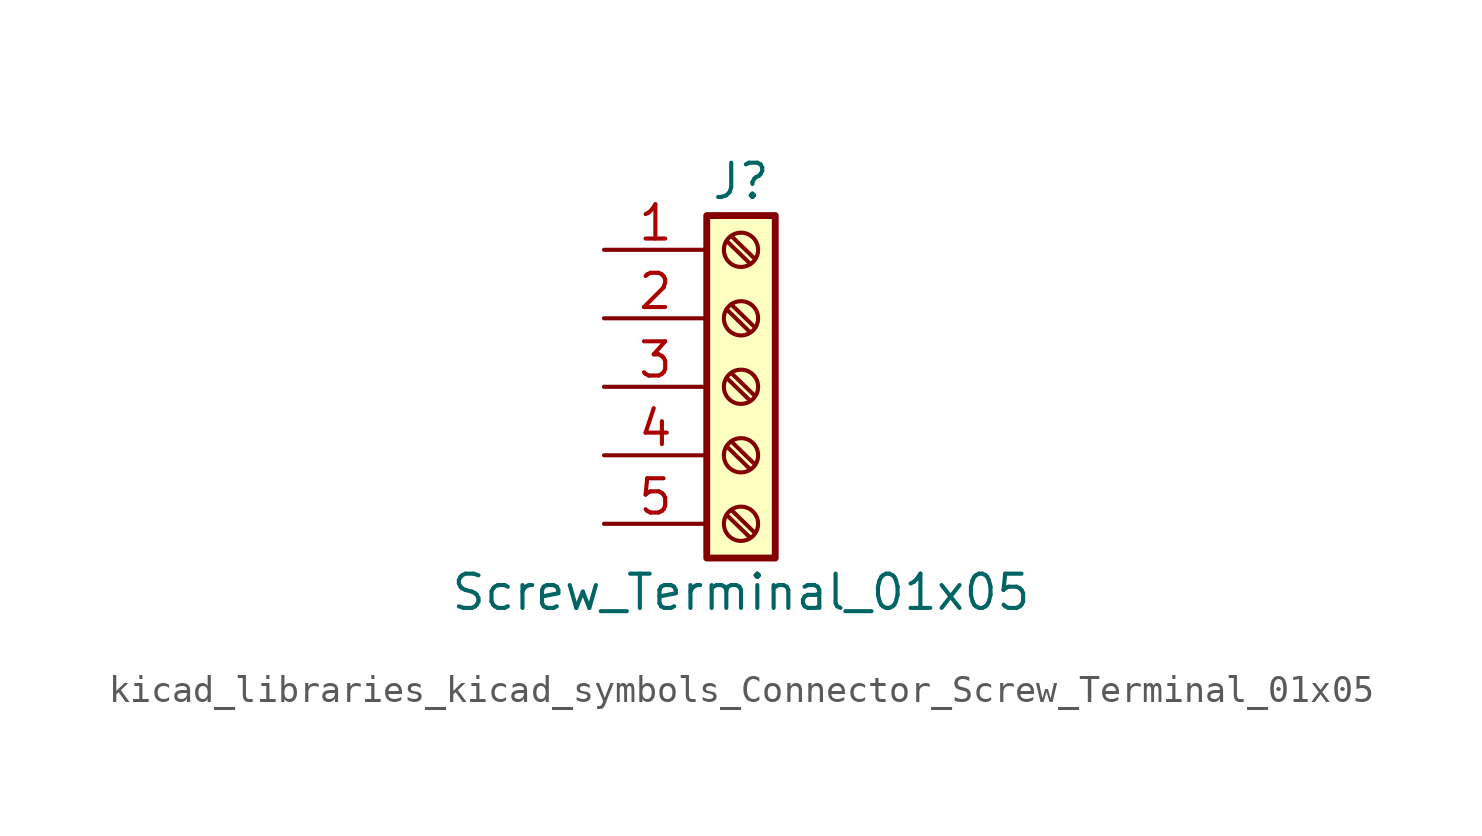
<source format=kicad_sym>
(kicad_symbol_lib
  (version 20220914)
  (generator kicad_symbol_editor)
  (symbol "kicad_libraries_kicad_symbols_Connector_Screw_Terminal_01x05"
    (pin_names
      (offset 1.016) hide)
    (property "Reference" "J"
      (at 0 7.62 0)
      (effects (font (size 1.27 1.27))))
    (property "Value" "Screw_Terminal_01x05"
      (at 0 -7.62 0)
      (effects (font (size 1.27 1.27))))
    (symbol "kicad_libraries_kicad_symbols_Connector_Screw_Terminal_01x05_1_1"
      (rectangle (start -1.27 6.35) (end 1.27 -6.35) (stroke (width 0.254) (type default)) (fill (type background)))
      (circle (center 0 -5.08) (radius 0.635) (stroke (width 0.152) (type default)) (fill (type none)))
      (circle (center 0 -2.54) (radius 0.635) (stroke (width 0.152) (type default)) (fill (type none)))
      (polyline (pts (xy -0.533 -4.75) (xy 0.33 -5.588)) (stroke (width 0.152) (type default)) (fill (type none)))
      (polyline (pts (xy -0.533 -2.21) (xy 0.33 -3.048)) (stroke (width 0.152) (type default)) (fill (type none)))
      (polyline (pts (xy -0.533 0.33) (xy 0.33 -0.508)) (stroke (width 0.152) (type default)) (fill (type none)))
      (polyline (pts (xy -0.533 2.87) (xy 0.33 2.032)) (stroke (width 0.152) (type default)) (fill (type none)))
      (polyline (pts (xy -0.533 5.41) (xy 0.33 4.572)) (stroke (width 0.152) (type default)) (fill (type none)))
      (polyline (pts (xy -0.356 -4.572) (xy 0.508 -5.41)) (stroke (width 0.152) (type default)) (fill (type none)))
      (polyline (pts (xy -0.356 -2.032) (xy 0.508 -2.87)) (stroke (width 0.152) (type default)) (fill (type none)))
      (polyline (pts (xy -0.356 0.508) (xy 0.508 -0.33)) (stroke (width 0.152) (type default)) (fill (type none)))
      (polyline (pts (xy -0.356 3.048) (xy 0.508 2.21)) (stroke (width 0.152) (type default)) (fill (type none)))
      (polyline (pts (xy -0.356 5.588) (xy 0.508 4.75)) (stroke (width 0.152) (type default)) (fill (type none)))
      (circle (center 0 0) (radius 0.635) (stroke (width 0.152) (type default)) (fill (type none)))
      (circle (center 0 2.54) (radius 0.635) (stroke (width 0.152) (type default)) (fill (type none)))
      (circle (center 0 5.08) (radius 0.635) (stroke (width 0.152) (type default)) (fill (type none)))
      (pin passive line (at -5.08 5.08 0) (length 3.81) (name "Pin_1" (effects (font (size 1.27 1.27)))) (number "1" (effects (font (size 1.27 1.27)))))
      (pin passive line (at -5.08 2.54 0) (length 3.81) (name "Pin_2" (effects (font (size 1.27 1.27)))) (number "2" (effects (font (size 1.27 1.27)))))
      (pin passive line (at -5.08 0 0) (length 3.81) (name "Pin_3" (effects (font (size 1.27 1.27)))) (number "3" (effects (font (size 1.27 1.27)))))
      (pin passive line (at -5.08 -2.54 0) (length 3.81) (name "Pin_4" (effects (font (size 1.27 1.27)))) (number "4" (effects (font (size 1.27 1.27)))))
      (pin passive line (at -5.08 -5.08 0) (length 3.81) (name "Pin_5" (effects (font (size 1.27 1.27)))) (number "5" (effects (font (size 1.27 1.27))))))))
</source>
